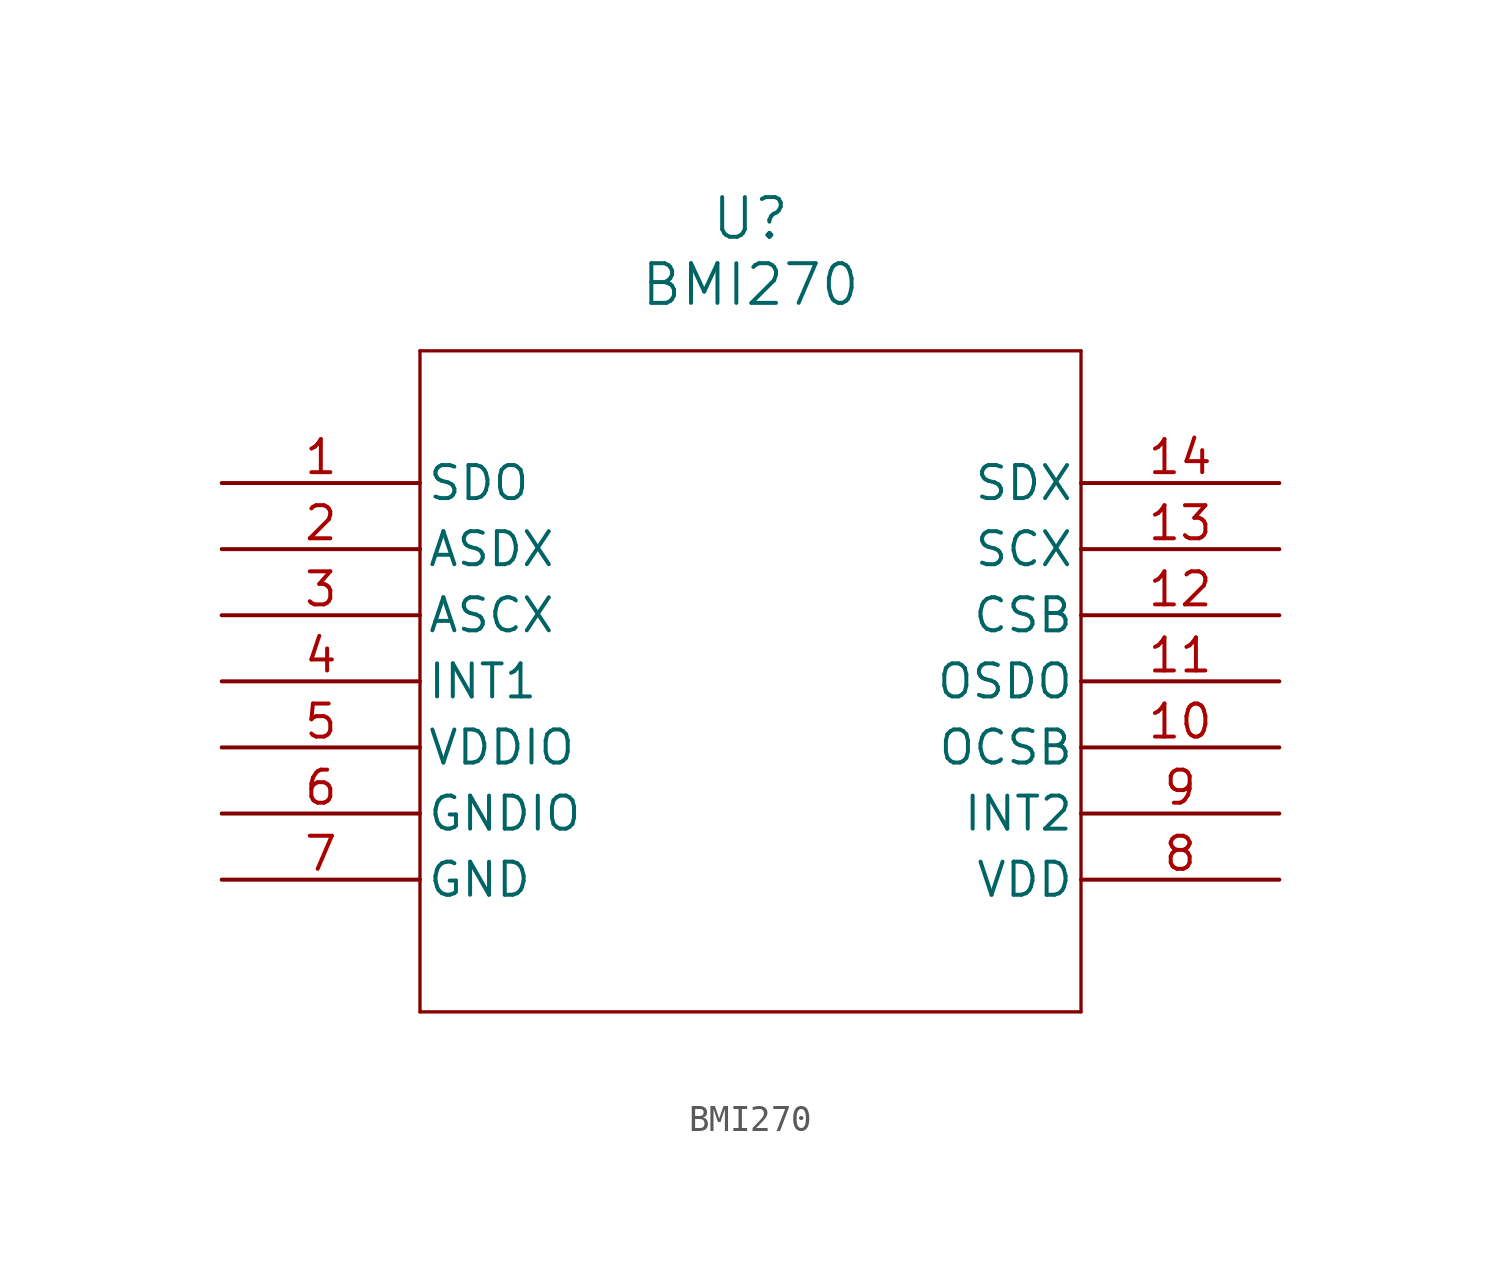
<source format=kicad_sym>
(kicad_symbol_lib
  (version 20220914)
  (generator kicad_symbol_editor)
  (symbol "BMI270"
    (pin_names
      (offset 0.254))
    (property "Reference" "U"
      (at 20.32 10.16 0)
      (effects (font (size 1.524 1.524))))
    (property "Value" "BMI270"
      (at 20.32 7.62 0)
      (effects (font (size 1.524 1.524))))
    (property "ki_locked" ""
      (at 0 0 0)
      (effects (font (size 1.27 1.27))))
    (symbol "BMI270_0_1"
      (polyline (pts (xy 7.62 -20.32) (xy 33.02 -20.32)) (stroke (width 0.127) (type default)) (fill (type none)))
      (polyline (pts (xy 7.62 5.08) (xy 7.62 -20.32)) (stroke (width 0.127) (type default)) (fill (type none)))
      (polyline (pts (xy 33.02 -20.32) (xy 33.02 5.08)) (stroke (width 0.127) (type default)) (fill (type none)))
      (polyline (pts (xy 33.02 5.08) (xy 7.62 5.08)) (stroke (width 0.127) (type default)) (fill (type none)))
      (pin bidirectional line (at 0 0 0) (length 7.62) (name "SDO" (effects (font (size 1.27 1.27)))) (number "1" (effects (font (size 1.27 1.27)))))
      (pin input line (at 40.64 -10.16 180) (length 7.62) (name "OCSB" (effects (font (size 1.27 1.27)))) (number "10" (effects (font (size 1.27 1.27)))))
      (pin output line (at 40.64 -7.62 180) (length 7.62) (name "OSDO" (effects (font (size 1.27 1.27)))) (number "11" (effects (font (size 1.27 1.27)))))
      (pin input line (at 40.64 -5.08 180) (length 7.62) (name "CSB" (effects (font (size 1.27 1.27)))) (number "12" (effects (font (size 1.27 1.27)))))
      (pin input line (at 40.64 -2.54 180) (length 7.62) (name "SCX" (effects (font (size 1.27 1.27)))) (number "13" (effects (font (size 1.27 1.27)))))
      (pin bidirectional line (at 40.64 0 180) (length 7.62) (name "SDX" (effects (font (size 1.27 1.27)))) (number "14" (effects (font (size 1.27 1.27)))))
      (pin bidirectional line (at 0 -2.54 0) (length 7.62) (name "ASDX" (effects (font (size 1.27 1.27)))) (number "2" (effects (font (size 1.27 1.27)))))
      (pin bidirectional line (at 0 -5.08 0) (length 7.62) (name "ASCX" (effects (font (size 1.27 1.27)))) (number "3" (effects (font (size 1.27 1.27)))))
      (pin bidirectional line (at 0 -7.62 0) (length 7.62) (name "INT1" (effects (font (size 1.27 1.27)))) (number "4" (effects (font (size 1.27 1.27)))))
      (pin power_in line (at 0 -10.16 0) (length 7.62) (name "VDDIO" (effects (font (size 1.27 1.27)))) (number "5" (effects (font (size 1.27 1.27)))))
      (pin power_out line (at 0 -12.7 0) (length 7.62) (name "GNDIO" (effects (font (size 1.27 1.27)))) (number "6" (effects (font (size 1.27 1.27)))))
      (pin power_out line (at 0 -15.24 0) (length 7.62) (name "GND" (effects (font (size 1.27 1.27)))) (number "7" (effects (font (size 1.27 1.27)))))
      (pin power_in line (at 40.64 -15.24 180) (length 7.62) (name "VDD" (effects (font (size 1.27 1.27)))) (number "8" (effects (font (size 1.27 1.27)))))
      (pin bidirectional line (at 40.64 -12.7 180) (length 7.62) (name "INT2" (effects (font (size 1.27 1.27)))) (number "9" (effects (font (size 1.27 1.27))))))))
</source>
